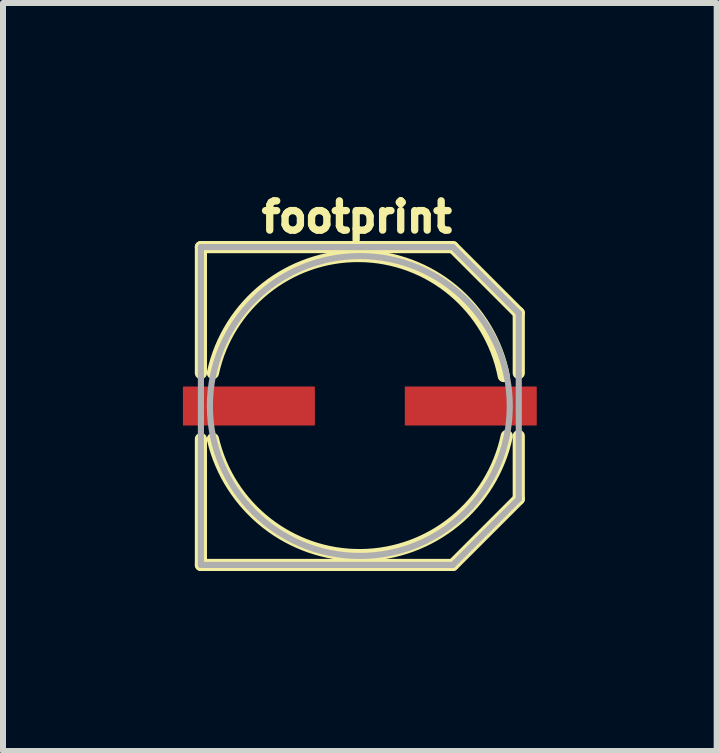
<source format=kicad_pcb>
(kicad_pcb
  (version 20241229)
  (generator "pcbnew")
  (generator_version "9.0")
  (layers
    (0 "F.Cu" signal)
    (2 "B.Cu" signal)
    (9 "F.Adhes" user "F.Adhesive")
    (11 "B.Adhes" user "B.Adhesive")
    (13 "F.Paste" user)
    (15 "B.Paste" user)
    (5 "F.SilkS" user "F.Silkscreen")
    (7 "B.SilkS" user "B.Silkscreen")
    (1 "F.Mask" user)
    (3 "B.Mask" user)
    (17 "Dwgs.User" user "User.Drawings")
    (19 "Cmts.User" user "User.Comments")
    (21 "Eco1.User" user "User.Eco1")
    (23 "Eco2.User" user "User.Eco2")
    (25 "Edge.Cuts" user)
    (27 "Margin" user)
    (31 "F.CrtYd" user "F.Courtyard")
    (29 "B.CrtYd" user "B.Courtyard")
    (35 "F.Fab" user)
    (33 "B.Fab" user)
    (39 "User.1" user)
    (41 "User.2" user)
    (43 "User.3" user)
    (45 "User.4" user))
  (footprint "footprint"
    (layer "F.Cu")
    (at 2.9 3.52)
    (property "Reference" "footprint" (at 0 -2.667 0) (layer "F.SilkS") (effects (font (size 0.488 0.488) (thickness 0.122)) (justify bottom)))
    (fp_line (start -2.6 -2.45) (end -2.6 -0.35) (stroke (width 0.203) (type solid)) (layer "F.SilkS"))
    (fp_line (start -2.6 -2.45) (end 1.6 -2.45) (stroke (width 0.203) (type solid)) (layer "F.SilkS"))
    (fp_line (start -2.6 2.85) (end -2.6 0.75) (stroke (width 0.203) (type solid)) (layer "F.SilkS"))
    (fp_line (start 1.6 -2.45) (end 2.7 -1.35) (stroke (width 0.203) (type solid)) (layer "F.SilkS"))
    (fp_line (start 1.6 2.85) (end -2.6 2.85) (stroke (width 0.203) (type solid)) (layer "F.SilkS"))
    (fp_line (start 2.7 -1.35) (end 2.7 -0.35) (stroke (width 0.203) (type solid)) (layer "F.SilkS"))
    (fp_line (start 2.7 1.75) (end 1.6 2.85) (stroke (width 0.203) (type solid)) (layer "F.SilkS"))
    (fp_line (start 2.7 1.75) (end 2.7 0.7) (stroke (width 0.203) (type solid)) (layer "F.SilkS"))
    (fp_arc (start -2.4 -0.35) (mid 0.045371 -2.30101) (end 2.449999 -0.3) (stroke (width 0.2032) (type solid)) (layer "F.SilkS"))
    (fp_arc (start 2.5 0.7) (mid 0.070009 2.685977) (end -2.400001 0.75) (stroke (width 0.2032) (type solid)) (layer "F.SilkS"))
    (fp_line (start -2.6 -2.45) (end -2.6 2.85) (stroke (width 0.102) (type solid)) (layer "F.Fab"))
    (fp_line (start -2.6 -2.45) (end 1.6 -2.45) (stroke (width 0.102) (type solid)) (layer "F.Fab"))
    (fp_line (start 1.6 -2.45) (end 2.7 -1.35) (stroke (width 0.102) (type solid)) (layer "F.Fab"))
    (fp_line (start 1.6 2.85) (end -2.6 2.85) (stroke (width 0.102) (type solid)) (layer "F.Fab"))
    (fp_line (start 2.7 -1.35) (end 2.7 1.75) (stroke (width 0.102) (type solid)) (layer "F.Fab"))
    (fp_line (start 2.7 1.75) (end 1.6 2.85) (stroke (width 0.102) (type solid)) (layer "F.Fab"))
    (fp_circle (center 0.05 0.2) (end 2.55 0.2) (stroke (width 0.102) (type solid)) (fill no) (layer "F.Fab"))
    (pad "+" smd rect (at 1.9 0.2) (size 2.2 0.65) (layers "F.Cu" "F.Mask" "F.Paste"))
    (pad "-" smd rect (at -1.8 0.2) (size 2.2 0.65) (layers "F.Cu" "F.Mask" "F.Paste")))
  (gr_rect
    (start -3 -3)
    (end 8.9 9.472)
    (stroke (width 0.1) (type default))
    (fill no)
    (layer "Edge.Cuts")))
</source>
